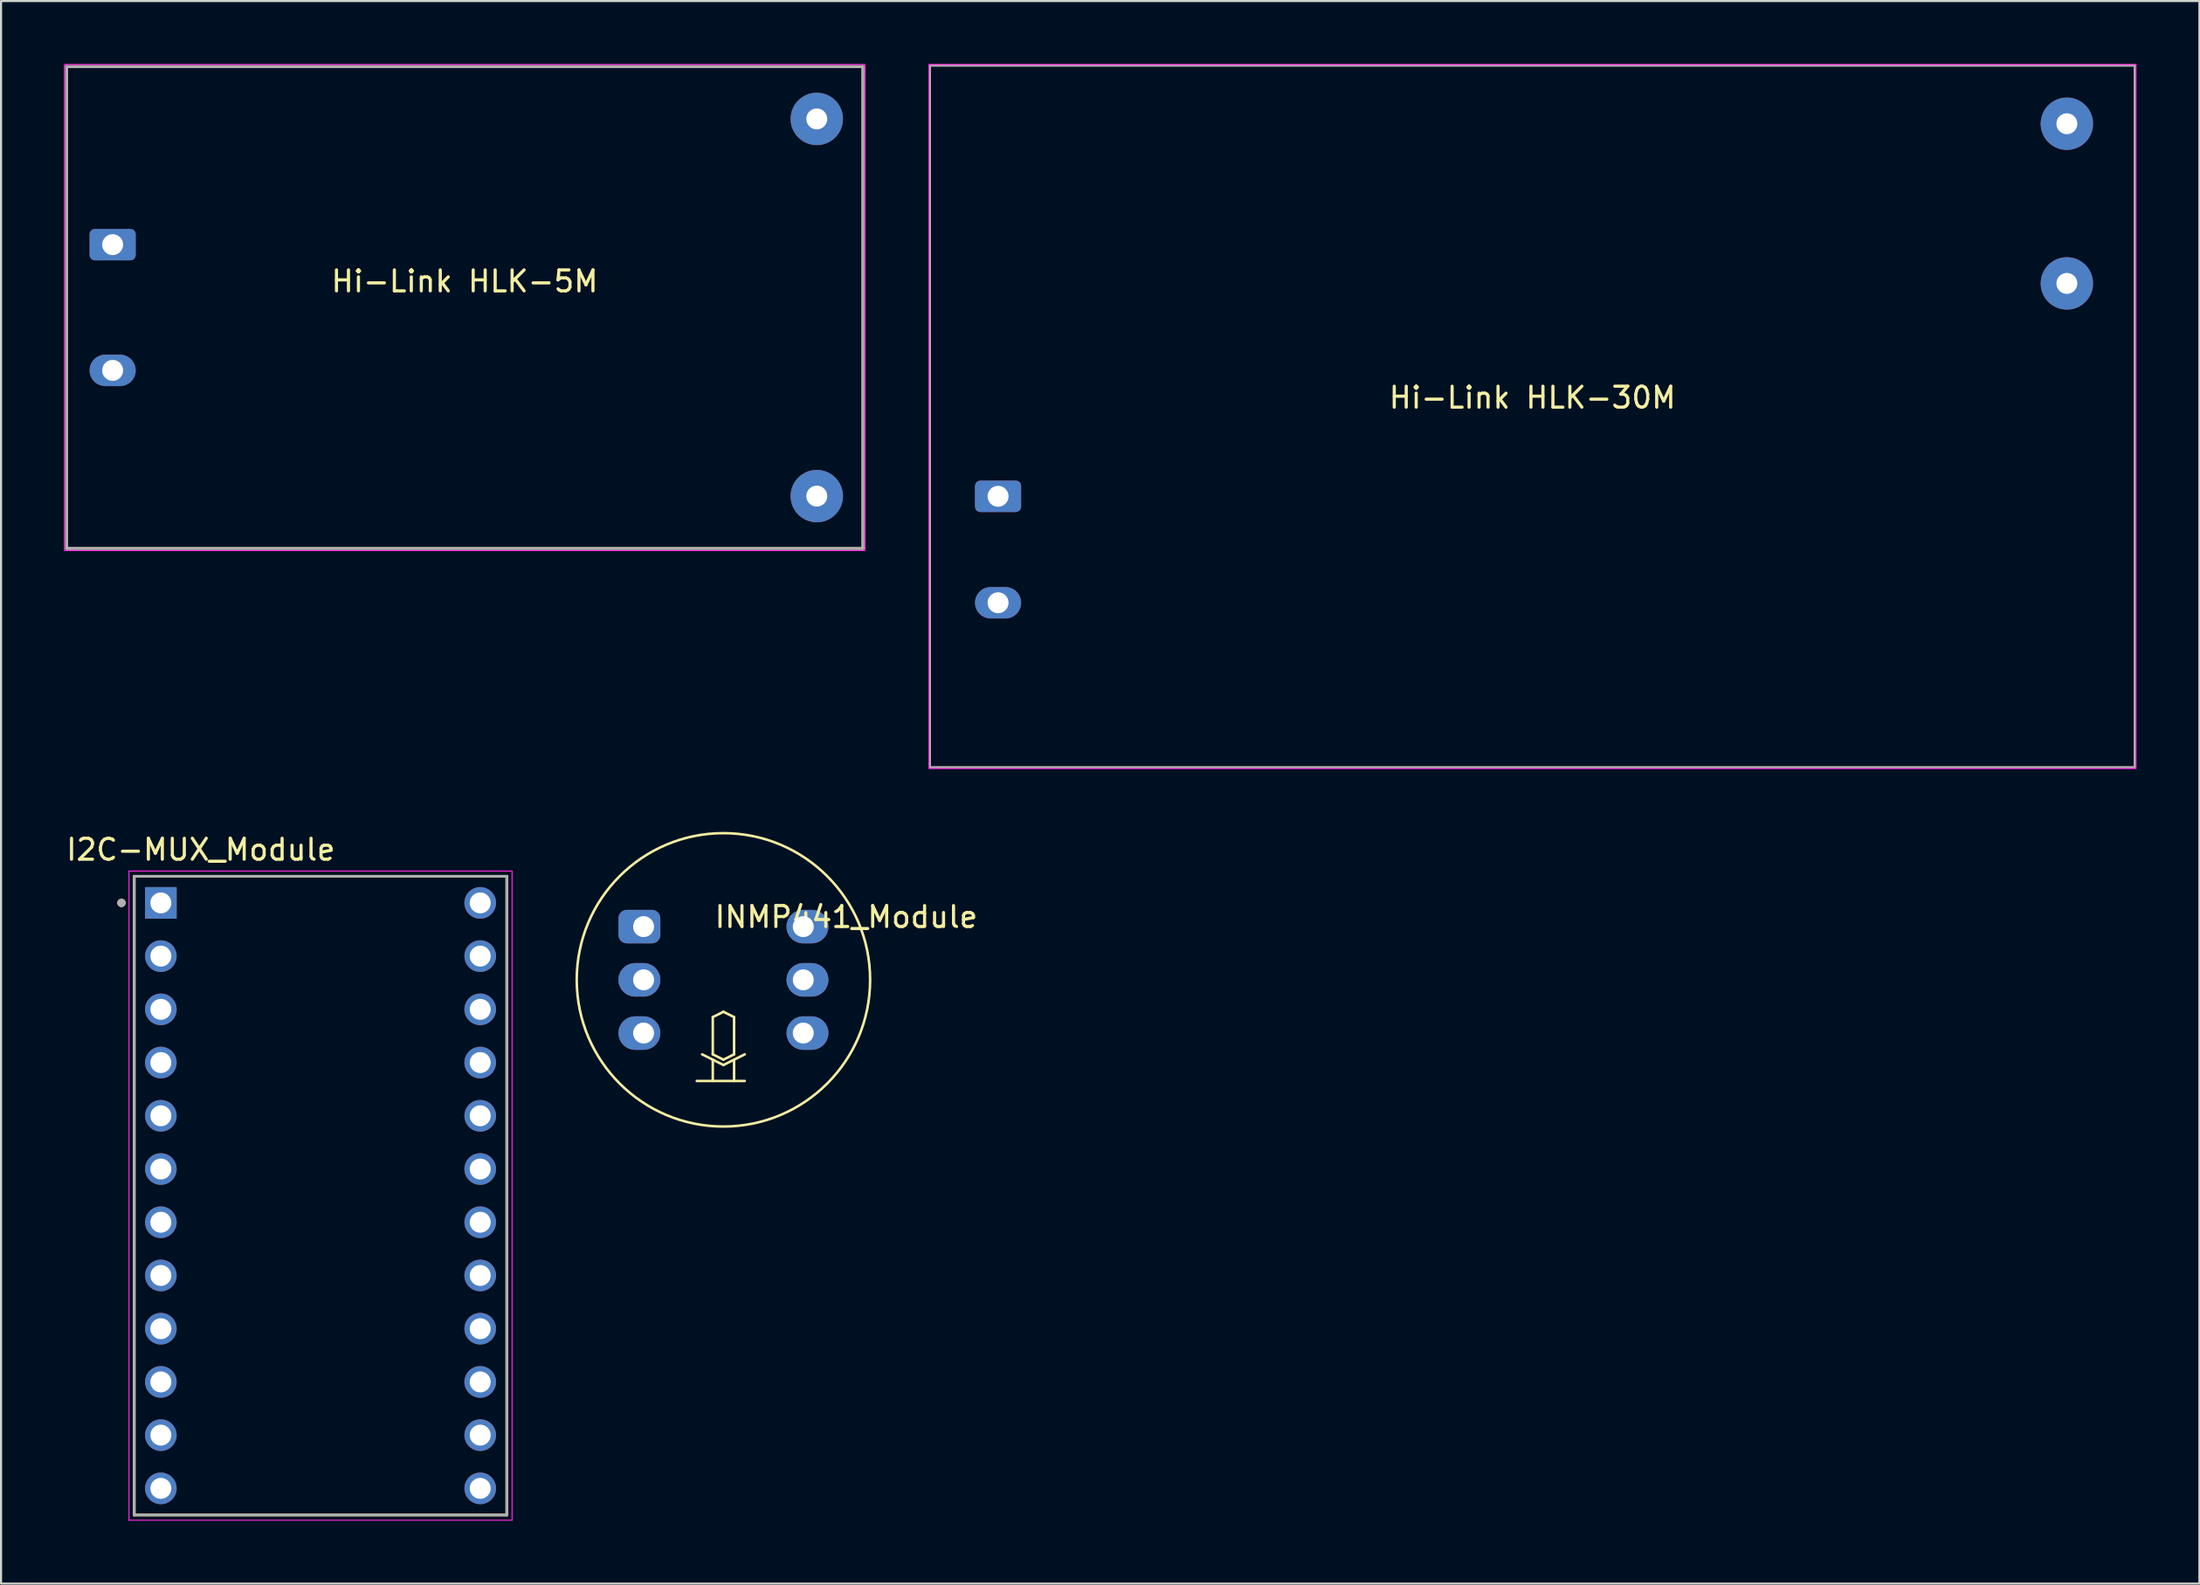
<source format=kicad_pcb>
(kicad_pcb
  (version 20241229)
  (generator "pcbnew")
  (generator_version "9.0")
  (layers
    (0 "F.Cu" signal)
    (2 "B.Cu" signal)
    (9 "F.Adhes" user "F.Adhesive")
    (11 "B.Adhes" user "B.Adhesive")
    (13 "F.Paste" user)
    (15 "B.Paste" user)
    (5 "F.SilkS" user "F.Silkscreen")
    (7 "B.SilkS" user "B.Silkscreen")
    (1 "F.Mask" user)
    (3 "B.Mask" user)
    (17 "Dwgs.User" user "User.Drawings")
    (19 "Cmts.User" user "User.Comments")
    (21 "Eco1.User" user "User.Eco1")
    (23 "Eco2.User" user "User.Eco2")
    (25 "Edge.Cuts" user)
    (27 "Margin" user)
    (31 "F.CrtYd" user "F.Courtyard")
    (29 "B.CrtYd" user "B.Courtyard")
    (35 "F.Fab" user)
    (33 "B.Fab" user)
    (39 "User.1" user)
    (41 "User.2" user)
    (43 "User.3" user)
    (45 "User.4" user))
  (footprint "Hi-Link HLK-30M"
    (layer "F.Cu")
    (at 70.075 16.825)
    (property "Reference" "Hi-Link HLK-30M" (at 0 -0.9 0) (layer "F.SilkS") (effects (font (size 1 1) (thickness 0.15))))
    (attr through_hole)
    (fp_rect (start -28.75 -16.75) (end 28.75 16.75) (stroke (width 0.1) (type default)) (fill no) (layer "F.SilkS"))
    (fp_rect (start -28.8 -16.8) (end 28.8 16.8) (stroke (width 0.05) (type default)) (fill no) (layer "F.CrtYd"))
    (fp_rect (start -28.75 -16.75) (end 28.75 16.75) (stroke (width 0.1) (type default)) (fill no) (layer "F.Fab"))
    (pad "AC1" thru_hole roundrect (at -25.5 3.81) (size 2.2 1.5) (drill 1) (layers "*.Cu" "*.Mask") (roundrect_rratio 0.167))
    (pad "AC2" thru_hole oval (at -25.5 8.89) (size 2.2 1.5) (drill 1) (layers "*.Cu" "*.Mask"))
    (pad "VO+" thru_hole circle (at 25.5 -6.35) (size 2.5 2.5) (drill 1) (layers "*.Cu" "*.Mask"))
    (pad "VO-" thru_hole circle (at 25.5 -13.97) (size 2.5 2.5) (drill 1) (layers "*.Cu" "*.Mask")))
  (footprint "INMP441_Module"
    (layer "F.Cu")
    (at 31.47 43.71)
    (property "Reference" "INMP441_Module" (at -0.5 -3 0) (layer "F.SilkS") (effects (font (size 1 1) (thickness 0.15)) (justify left)))
    (attr through_hole)
    (fp_line (start -1.27 4.826) (end 1.016 4.826) (stroke (width 0.12) (type solid)) (layer "F.SilkS"))
    (fp_line (start -1.016 3.556) (end 0 4.064) (stroke (width 0.12) (type solid)) (layer "F.SilkS"))
    (fp_line (start -0.508 1.778) (end 0 1.524) (stroke (width 0.12) (type solid)) (layer "F.SilkS"))
    (fp_line (start -0.508 3.556) (end -0.508 1.778) (stroke (width 0.12) (type solid)) (layer "F.SilkS"))
    (fp_line (start -0.508 3.81) (end -0.508 4.826) (stroke (width 0.12) (type solid)) (layer "F.SilkS"))
    (fp_line (start 0 1.524) (end 0.508 1.778) (stroke (width 0.12) (type solid)) (layer "F.SilkS"))
    (fp_line (start 0 3.81) (end -0.508 3.556) (stroke (width 0.12) (type solid)) (layer "F.SilkS"))
    (fp_line (start 0 4.064) (end 1.016 3.556) (stroke (width 0.12) (type solid)) (layer "F.SilkS"))
    (fp_line (start 0.508 1.778) (end 0.508 3.556) (stroke (width 0.12) (type solid)) (layer "F.SilkS"))
    (fp_line (start 0.508 3.556) (end 0 3.81) (stroke (width 0.12) (type solid)) (layer "F.SilkS"))
    (fp_line (start 0.508 3.81) (end 0.508 4.826) (stroke (width 0.12) (type solid)) (layer "F.SilkS"))
    (fp_circle (center 0 0) (end 0 -7) (stroke (width 0.12) (type solid)) (fill no) (layer "F.SilkS"))
    (pad "1" thru_hole roundrect (at -3.81 -2.54) (size 2 1.6) (drill 1 (offset -0.2 0)) (layers "*.Cu" "*.Mask") (roundrect_rratio 0.25))
    (pad "2" thru_hole oval (at -3.81 0) (size 2 1.6) (drill 1 (offset -0.2 0)) (layers "*.Cu" "*.Mask"))
    (pad "3" thru_hole oval (at -3.81 2.54) (size 2 1.6) (drill 1 (offset -0.2 0)) (layers "*.Cu" "*.Mask"))
    (pad "4" thru_hole oval (at 3.81 2.54) (size 2 1.6) (drill 1 (offset 0.2 0)) (layers "*.Cu" "*.Mask"))
    (pad "5" thru_hole oval (at 3.81 0) (size 2 1.6) (drill 1 (offset 0.2 0)) (layers "*.Cu" "*.Mask"))
    (pad "6" thru_hole oval (at 3.81 -2.54) (size 2 1.6) (drill 1 (offset 0.2 0)) (layers "*.Cu" "*.Mask")))
  (footprint "Hi-Link HLK-5M"
    (layer "F.Cu")
    (at 19.125 11.625)
    (property "Reference" "Hi-Link HLK-5M" (at 0 -1.25 0) (layer "F.SilkS") (effects (font (size 1 1) (thickness 0.15))))
    (attr through_hole)
    (fp_line (start -19 -11.5) (end -19 11.5) (stroke (width 0.127) (type solid)) (layer "F.SilkS"))
    (fp_line (start -19 11.5) (end 19 11.5) (stroke (width 0.127) (type solid)) (layer "F.SilkS"))
    (fp_line (start 19 -11.5) (end -19 -11.5) (stroke (width 0.127) (type solid)) (layer "F.SilkS"))
    (fp_line (start 19 11.5) (end 19 -11.5) (stroke (width 0.127) (type solid)) (layer "F.SilkS"))
    (fp_rect (start -19.1 -11.6) (end 19.1 11.6) (stroke (width 0.05) (type default)) (fill no) (layer "F.CrtYd"))
    (fp_line (start -19 -11.5) (end -19 11.5) (stroke (width 0.127) (type solid)) (layer "F.Fab"))
    (fp_line (start -19 11.5) (end 19 11.5) (stroke (width 0.127) (type solid)) (layer "F.Fab"))
    (fp_line (start 19 -11.5) (end -19 -11.5) (stroke (width 0.127) (type solid)) (layer "F.Fab"))
    (fp_line (start 19 11.5) (end 19 -11.5) (stroke (width 0.127) (type solid)) (layer "F.Fab"))
    (pad "AC1" thru_hole roundrect (at -16.8 -3) (size 2.2 1.5) (drill 1) (layers "*.Cu" "*.Mask") (roundrect_rratio 0.167))
    (pad "AC2" thru_hole oval (at -16.8 3) (size 2.2 1.5) (drill 1) (layers "*.Cu" "*.Mask"))
    (pad "VO+" thru_hole circle (at 16.8 9) (size 2.5 2.5) (drill 1) (layers "*.Cu" "*.Mask"))
    (pad "VO-" thru_hole circle (at 16.8 -9) (size 2.5 2.5) (drill 1) (layers "*.Cu" "*.Mask")))
  (footprint "I2C-MUX_Module"
    (layer "F.Cu")
    (at 12.245 54.008)
    (property "Reference" "I2C-MUX_Module" (at -5.715 -16.51 0) (layer "F.SilkS") (effects (font (size 1 1) (thickness 0.15))))
    (attr through_hole)
    (fp_line (start -8.89 -15.24) (end 8.89 -15.24) (stroke (width 0.127) (type solid)) (layer "F.SilkS"))
    (fp_line (start -8.89 15.24) (end -8.89 -15.24) (stroke (width 0.127) (type solid)) (layer "F.SilkS"))
    (fp_line (start 8.89 -15.24) (end 8.89 15.24) (stroke (width 0.127) (type solid)) (layer "F.SilkS"))
    (fp_line (start 8.89 15.24) (end -8.89 15.24) (stroke (width 0.127) (type solid)) (layer "F.SilkS"))
    (fp_circle (center -9.5 -13.97) (end -9.4 -13.97) (stroke (width 0.2) (type solid)) (fill no) (layer "F.SilkS"))
    (fp_line (start -9.14 -15.49) (end -9.14 15.49) (stroke (width 0.05) (type solid)) (layer "F.CrtYd"))
    (fp_line (start -9.14 15.49) (end 9.14 15.49) (stroke (width 0.05) (type solid)) (layer "F.CrtYd"))
    (fp_line (start 9.14 -15.49) (end -9.14 -15.49) (stroke (width 0.05) (type solid)) (layer "F.CrtYd"))
    (fp_line (start 9.14 15.49) (end 9.14 -15.49) (stroke (width 0.05) (type solid)) (layer "F.CrtYd"))
    (fp_line (start -8.89 -15.24) (end 8.89 -15.24) (stroke (width 0.127) (type solid)) (layer "F.Fab"))
    (fp_line (start -8.89 15.24) (end -8.89 -15.24) (stroke (width 0.127) (type solid)) (layer "F.Fab"))
    (fp_line (start -8.89 15.24) (end 8.89 15.24) (stroke (width 0.127) (type solid)) (layer "F.Fab"))
    (fp_line (start 8.89 -15.24) (end 8.89 15.24) (stroke (width 0.127) (type solid)) (layer "F.Fab"))
    (fp_circle (center -9.5 -13.97) (end -9.4 -13.97) (stroke (width 0.2) (type solid)) (fill no) (layer "F.Fab"))
    (pad "1" thru_hole rect (at -7.62 -13.97) (size 1.508 1.508) (drill 1) (layers "*.Cu" "*.Mask"))
    (pad "2" thru_hole circle (at -7.62 -11.43) (size 1.508 1.508) (drill 1) (layers "*.Cu" "*.Mask"))
    (pad "3" thru_hole circle (at -7.62 -8.89) (size 1.508 1.508) (drill 1) (layers "*.Cu" "*.Mask"))
    (pad "4" thru_hole circle (at -7.62 -6.35) (size 1.508 1.508) (drill 1) (layers "*.Cu" "*.Mask"))
    (pad "5" thru_hole circle (at -7.62 -3.81) (size 1.508 1.508) (drill 1) (layers "*.Cu" "*.Mask"))
    (pad "6" thru_hole circle (at -7.62 -1.27) (size 1.508 1.508) (drill 1) (layers "*.Cu" "*.Mask"))
    (pad "7" thru_hole circle (at -7.62 1.27) (size 1.508 1.508) (drill 1) (layers "*.Cu" "*.Mask"))
    (pad "8" thru_hole circle (at -7.62 3.81) (size 1.508 1.508) (drill 1) (layers "*.Cu" "*.Mask"))
    (pad "9" thru_hole circle (at -7.62 6.35) (size 1.508 1.508) (drill 1) (layers "*.Cu" "*.Mask"))
    (pad "10" thru_hole circle (at -7.62 8.89) (size 1.508 1.508) (drill 1) (layers "*.Cu" "*.Mask"))
    (pad "11" thru_hole circle (at -7.62 11.43) (size 1.508 1.508) (drill 1) (layers "*.Cu" "*.Mask"))
    (pad "12" thru_hole circle (at -7.62 13.97) (size 1.508 1.508) (drill 1) (layers "*.Cu" "*.Mask"))
    (pad "13" thru_hole circle (at 7.62 13.97) (size 1.508 1.508) (drill 1) (layers "*.Cu" "*.Mask"))
    (pad "14" thru_hole circle (at 7.62 11.43) (size 1.508 1.508) (drill 1) (layers "*.Cu" "*.Mask"))
    (pad "15" thru_hole circle (at 7.62 8.89) (size 1.508 1.508) (drill 1) (layers "*.Cu" "*.Mask"))
    (pad "16" thru_hole circle (at 7.62 6.35) (size 1.508 1.508) (drill 1) (layers "*.Cu" "*.Mask"))
    (pad "17" thru_hole circle (at 7.62 3.81) (size 1.508 1.508) (drill 1) (layers "*.Cu" "*.Mask"))
    (pad "18" thru_hole circle (at 7.62 1.27) (size 1.508 1.508) (drill 1) (layers "*.Cu" "*.Mask"))
    (pad "19" thru_hole circle (at 7.62 -1.27) (size 1.508 1.508) (drill 1) (layers "*.Cu" "*.Mask"))
    (pad "20" thru_hole circle (at 7.62 -3.81) (size 1.508 1.508) (drill 1) (layers "*.Cu" "*.Mask"))
    (pad "21" thru_hole circle (at 7.62 -6.35) (size 1.508 1.508) (drill 1) (layers "*.Cu" "*.Mask"))
    (pad "22" thru_hole circle (at 7.62 -8.89) (size 1.508 1.508) (drill 1) (layers "*.Cu" "*.Mask"))
    (pad "23" thru_hole circle (at 7.62 -11.43) (size 1.508 1.508) (drill 1) (layers "*.Cu" "*.Mask"))
    (pad "24" thru_hole circle (at 7.62 -13.97) (size 1.508 1.508) (drill 1) (layers "*.Cu" "*.Mask")))
  (gr_rect
    (start -3 -3)
    (end 101.9 72.523)
    (stroke (width 0.1) (type default))
    (fill no)
    (layer "Edge.Cuts")))
</source>
